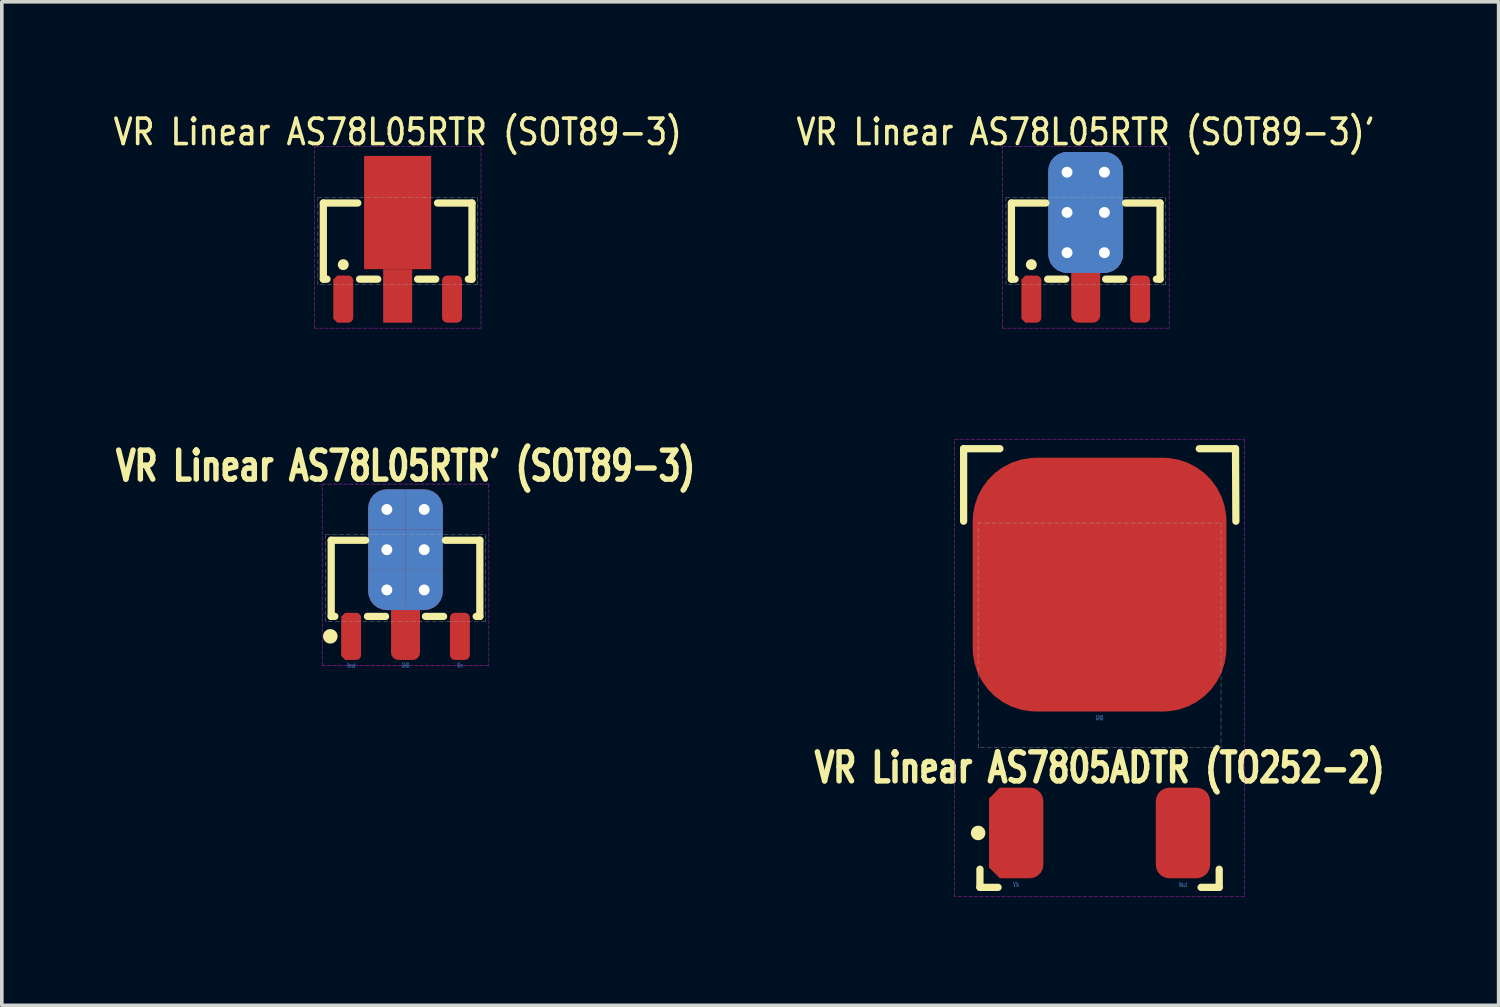
<source format=kicad_pcb>
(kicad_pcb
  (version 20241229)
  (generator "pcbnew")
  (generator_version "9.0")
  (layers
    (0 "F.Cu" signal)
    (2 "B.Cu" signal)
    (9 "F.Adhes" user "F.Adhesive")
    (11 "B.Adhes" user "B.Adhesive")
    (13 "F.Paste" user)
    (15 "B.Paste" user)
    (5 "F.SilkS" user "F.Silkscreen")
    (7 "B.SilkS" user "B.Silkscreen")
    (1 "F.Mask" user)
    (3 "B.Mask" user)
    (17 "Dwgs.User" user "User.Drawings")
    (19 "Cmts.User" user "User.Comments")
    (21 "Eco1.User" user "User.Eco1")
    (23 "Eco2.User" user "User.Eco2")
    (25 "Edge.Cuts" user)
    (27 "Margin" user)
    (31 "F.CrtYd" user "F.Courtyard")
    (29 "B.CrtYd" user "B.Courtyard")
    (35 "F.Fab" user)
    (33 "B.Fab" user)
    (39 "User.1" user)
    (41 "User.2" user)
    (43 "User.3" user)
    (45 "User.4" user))
  (footprint "VR Linear AS78L05RTR (SOT89-3)'"
    (layer "F.Cu")
    (at 26.899 5.2)
    (property "Reference" "VR Linear AS78L05RTR (SOT89-3)'" (at 0 -4.2 0) (unlocked yes) (layer "F.SilkS") (effects (font (size 0.7 0.6) (thickness 0.1)) (justify bottom)))
    (attr smd)
    (fp_line (start -2.05 -2.65) (end -1.1 -2.65) (stroke (width 0.2) (type default)) (layer "F.SilkS"))
    (fp_line (start -2.05 -0.55) (end -2.05 -2.65) (stroke (width 0.2) (type default)) (layer "F.SilkS"))
    (fp_line (start -2.05 -0.55) (end -1.95 -0.55) (stroke (width 0.2) (type default)) (layer "F.SilkS"))
    (fp_line (start -1.05 -0.55) (end -0.55 -0.55) (stroke (width 0.2) (type default)) (layer "F.SilkS"))
    (fp_line (start 1.05 -0.55) (end 0.55 -0.55) (stroke (width 0.2) (type default)) (layer "F.SilkS"))
    (fp_line (start 2.05 -2.65) (end 1.1 -2.65) (stroke (width 0.2) (type default)) (layer "F.SilkS"))
    (fp_line (start 2.05 -0.55) (end 1.95 -0.55) (stroke (width 0.2) (type default)) (layer "F.SilkS"))
    (fp_line (start 2.05 -0.55) (end 2.05 -2.65) (stroke (width 0.2) (type default)) (layer "F.SilkS"))
    (fp_circle (center -1.5 -0.95) (end -1.4 -0.95) (stroke (width 0.1) (type solid)) (fill yes) (layer "F.SilkS"))
    (fp_rect (start -2.3 -4.2) (end 2.3 0.8) (stroke (width 0.01) (type dash)) (fill no) (layer "F.CrtYd"))
    (fp_rect (start -2.2 -2.8) (end 2.2 -0.4) (stroke (width 0.01) (type dash_dot)) (fill no) (layer "F.Fab"))
    (fp_text user "Vout" (at -1.5 0.7 0) (unlocked yes) (layer "User.7") (effects (font (size 0.13 0.07) (thickness 0.014) (bold yes)) (justify top)))
    (fp_text user "GND" (at 0 0.7 0) (unlocked yes) (layer "User.7") (effects (font (size 0.13 0.07) (thickness 0.014) (bold yes)) (justify top)))
    (fp_text user "Vin" (at 1.5 0.7 0) (unlocked yes) (layer "User.7") (effects (font (size 0.13 0.07) (thickness 0.014) (bold yes)) (justify top)))
    (pad "1" smd roundrect (at -1.5 0) (size 0.55 1.3) (layers "F.Cu" "F.Mask" "F.Paste") (roundrect_rratio 0.25) (chamfer_ratio 0.2) (chamfer top_left bottom_left))
    (pad "2" thru_hole roundrect (at -0.515 -3.5) (size 1.03 1.11) (drill 0.3) (layers "*.Cu" "F.Mask" "F.Paste") (roundrect_rratio 0.5) (chamfer_ratio 0) (chamfer top_right bottom_left bottom_right))
    (pad "2" thru_hole rect (at -0.515 -2.39) (size 1.03 1.11) (drill 0.3) (layers "*.Cu" "F.Mask" "F.Paste"))
    (pad "2" thru_hole roundrect (at -0.515 -1.28) (size 1.03 1.11) (drill 0.3) (layers "*.Cu" "F.Mask" "F.Paste") (roundrect_rratio 0.5) (chamfer_ratio 0) (chamfer top_left top_right bottom_right))
    (pad "2" smd roundrect (at 0 -2.39) (size 1.85 3.125) (layers "F.Cu" "F.Mask" "F.Paste") (roundrect_rratio 0.25))
    (pad "2" smd roundrect (at 0 -2.39) (size 2.06 3.33) (layers "F.Mask" "B.Cu" "F.Paste") (roundrect_rratio 0.25))
    (pad "2" smd roundrect (at 0 -0.2) (size 0.8 1.7) (layers "F.Cu" "F.Mask" "F.Paste") (roundrect_rratio 0.25))
    (pad "2" thru_hole roundrect (at 0.515 -3.5) (size 1.03 1.11) (drill 0.3) (layers "*.Cu" "F.Mask" "F.Paste") (roundrect_rratio 0.5) (chamfer_ratio 0) (chamfer top_left bottom_left bottom_right))
    (pad "2" thru_hole rect (at 0.515 -2.39) (size 1.03 1.11) (drill 0.3) (layers "*.Cu" "F.Mask" "F.Paste"))
    (pad "2" thru_hole roundrect (at 0.515 -1.28) (size 1.03 1.11) (drill 0.3) (layers "*.Cu" "F.Mask" "F.Paste") (roundrect_rratio 0.5) (chamfer_ratio 0) (chamfer top_left top_right bottom_left))
    (pad "3" smd roundrect (at 1.5 0) (size 0.55 1.3) (layers "F.Cu" "F.Mask" "F.Paste") (roundrect_rratio 0.25) (chamfer_ratio 0.2) (chamfer)))
  (footprint "VR Linear AS78L05RTR (SOT89-3)"
    (layer "F.Cu")
    (at 7.919 5.2)
    (property "Reference" "VR Linear AS78L05RTR (SOT89-3)" (at 0 -4.2 0) (unlocked yes) (layer "F.SilkS") (effects (font (size 0.7 0.6) (thickness 0.1)) (justify bottom)))
    (attr smd)
    (fp_line (start -2.05 -2.65) (end -1.1 -2.65) (stroke (width 0.2) (type default)) (layer "F.SilkS"))
    (fp_line (start -2.05 -0.55) (end -2.05 -2.65) (stroke (width 0.2) (type default)) (layer "F.SilkS"))
    (fp_line (start -2.05 -0.55) (end -1.95 -0.55) (stroke (width 0.2) (type default)) (layer "F.SilkS"))
    (fp_line (start -1.05 -0.55) (end -0.55 -0.55) (stroke (width 0.2) (type default)) (layer "F.SilkS"))
    (fp_line (start 1.05 -0.55) (end 0.55 -0.55) (stroke (width 0.2) (type default)) (layer "F.SilkS"))
    (fp_line (start 2.05 -2.65) (end 1.1 -2.65) (stroke (width 0.2) (type default)) (layer "F.SilkS"))
    (fp_line (start 2.05 -0.55) (end 1.95 -0.55) (stroke (width 0.2) (type default)) (layer "F.SilkS"))
    (fp_line (start 2.05 -0.55) (end 2.05 -2.65) (stroke (width 0.2) (type default)) (layer "F.SilkS"))
    (fp_circle (center -1.5 -0.95) (end -1.4 -0.95) (stroke (width 0.1) (type solid)) (fill yes) (layer "F.SilkS"))
    (fp_rect (start -2.3 -4.2) (end 2.3 0.8) (stroke (width 0.01) (type dash)) (fill no) (layer "F.CrtYd"))
    (fp_rect (start -2.2 -2.8) (end 2.2 -0.4) (stroke (width 0.01) (type dash_dot)) (fill no) (layer "F.Fab"))
    (fp_text user "Vin" (at 1.5 0.7 0) (unlocked yes) (layer "User.7") (effects (font (size 0.13 0.07) (thickness 0.014) (bold yes)) (justify top)))
    (fp_text user "GND" (at 0 0.7 0) (unlocked yes) (layer "User.7") (effects (font (size 0.13 0.07) (thickness 0.014) (bold yes)) (justify top)))
    (fp_text user "Vout" (at -1.5 0.7 0) (unlocked yes) (layer "User.7") (effects (font (size 0.13 0.07) (thickness 0.014) (bold yes)) (justify top)))
    (pad "1" smd roundrect (at -1.5 0) (size 0.55 1.3) (layers "F.Cu" "F.Mask" "F.Paste") (roundrect_rratio 0.25) (chamfer_ratio 0.2) (chamfer top_left bottom_left))
    (pad "2" smd custom (at 0 -0.087) (size 0.8 1.475) (layers "F.Cu" "F.Mask" "F.Paste") (options (anchor rect)) (primitives (gr_poly (pts (xy -0.925 -3.862) (xy 0.925 -3.862) (xy 0.925 -0.738) (xy -0.925 -0.738)) (width 0) (fill yes))))
    (pad "3" smd roundrect (at 1.5 0) (size 0.55 1.3) (layers "F.Cu" "F.Mask" "F.Paste") (roundrect_rratio 0.25) (chamfer_ratio 0.2) (chamfer)))
  (footprint "VR Linear AS7805ADTR (TO252-2)"
    (layer "F.Cu")
    (at 27.281 19.927)
    (property "Reference" "VR Linear AS7805ADTR (TO252-2)" (at 0 -1.8 0) (unlocked yes) (layer "F.SilkS") (effects (font (size 0.8 0.6) (thickness 0.15))))
    (attr smd)
    (fp_line (start -3.75 -10.6) (end -2.75 -10.6) (stroke (width 0.2) (type default)) (layer "F.SilkS"))
    (fp_line (start -3.75 -8.6) (end -3.75 -10.6) (stroke (width 0.2) (type default)) (layer "F.SilkS"))
    (fp_line (start -3.3 1.5) (end -3.3 1) (stroke (width 0.2) (type default)) (layer "F.SilkS"))
    (fp_line (start -3.3 1.5) (end -2.8 1.5) (stroke (width 0.2) (type default)) (layer "F.SilkS"))
    (fp_line (start 2.75 -10.6) (end 3.75 -10.6) (stroke (width 0.2) (type default)) (layer "F.SilkS"))
    (fp_line (start 3.3 1.5) (end 2.8 1.5) (stroke (width 0.2) (type default)) (layer "F.SilkS"))
    (fp_line (start 3.3 1.5) (end 3.3 1) (stroke (width 0.2) (type default)) (layer "F.SilkS"))
    (fp_line (start 3.76 -8.6) (end 3.75 -10.6) (stroke (width 0.2) (type default)) (layer "F.SilkS"))
    (fp_circle (center -3.35 0) (end -3.2 0) (stroke (width 0.1) (type solid)) (fill yes) (layer "F.SilkS"))
    (fp_rect (start -4 -10.85) (end 4 1.75) (stroke (width 0.01) (type dash)) (fill no) (layer "F.CrtYd"))
    (fp_rect (start -3.35 -8.55) (end 3.35 -2.35) (stroke (width 0.01) (type dash_dot)) (fill no) (layer "F.Fab"))
    (fp_text user "Vout" (at 2.3 1.35 0) (unlocked yes) (layer "Cmts.User") (effects (font (size 0.13 0.07) (thickness 0.01) (bold yes)) (justify top)))
    (fp_text user "GND" (at 0 -3.25 0) (unlocked yes) (layer "Cmts.User") (effects (font (size 0.13 0.07) (thickness 0.01) (bold yes)) (justify top)))
    (fp_text user "Vin" (at -2.3 1.35 0) (unlocked yes) (layer "Cmts.User") (effects (font (size 0.13 0.07) (thickness 0.01) (bold yes)) (justify top)))
    (pad "1" smd roundrect (at -2.3 0) (size 1.5 2.5) (layers "F.Cu" "F.Mask" "F.Paste") (roundrect_rratio 0.25) (chamfer_ratio 0.2) (chamfer top_left bottom_left))
    (pad "2" smd roundrect (at 0 -6.85) (size 7 7) (layers "F.Cu" "F.Mask" "F.Paste") (roundrect_rratio 0.25))
    (pad "3" smd roundrect (at 2.3 0) (size 1.5 2.5) (layers "F.Cu" "F.Mask" "F.Paste") (roundrect_rratio 0.25) (chamfer_ratio 0.2) (chamfer)))
  (footprint "VR Linear AS78L05RTR' (SOT89-3)"
    (layer "F.Cu")
    (at 8.136 14.503)
    (property "Reference" "VR Linear AS78L05RTR' (SOT89-3)" (at 0 -4.7 0) (unlocked yes) (layer "F.SilkS") (effects (font (size 0.8 0.6) (thickness 0.15))))
    (attr smd)
    (fp_line (start -2.05 -2.65) (end -1.1 -2.65) (stroke (width 0.2) (type default)) (layer "F.SilkS"))
    (fp_line (start -2.05 -0.55) (end -2.05 -2.65) (stroke (width 0.2) (type default)) (layer "F.SilkS"))
    (fp_line (start -2.05 -0.55) (end -1.95 -0.55) (stroke (width 0.2) (type default)) (layer "F.SilkS"))
    (fp_line (start -1.05 -0.55) (end -0.55 -0.55) (stroke (width 0.2) (type default)) (layer "F.SilkS"))
    (fp_line (start 1.05 -0.55) (end 0.55 -0.55) (stroke (width 0.2) (type default)) (layer "F.SilkS"))
    (fp_line (start 2.05 -2.65) (end 1.1 -2.65) (stroke (width 0.2) (type default)) (layer "F.SilkS"))
    (fp_line (start 2.05 -0.55) (end 1.95 -0.55) (stroke (width 0.2) (type default)) (layer "F.SilkS"))
    (fp_line (start 2.05 -0.55) (end 2.05 -2.65) (stroke (width 0.2) (type default)) (layer "F.SilkS"))
    (fp_circle (center -2.075 0) (end -1.925 0) (stroke (width 0.1) (type solid)) (fill yes) (layer "F.SilkS"))
    (fp_rect (start -2.3 -4.2) (end 2.3 0.8) (stroke (width 0.01) (type dash)) (fill no) (layer "F.CrtYd"))
    (fp_rect (start -2.2 -2.8) (end 2.2 -0.4) (stroke (width 0.01) (type dash_dot)) (fill no) (layer "F.Fab"))
    (fp_text user "GND" (at 0 0.8 0) (layer "Cmts.User") (effects (font (size 0.13 0.07) (thickness 0.01) (bold yes))))
    (fp_text user "Vout" (at -1.5 0.8 0) (layer "Cmts.User") (effects (font (size 0.13 0.07) (thickness 0.01) (bold yes))))
    (fp_text user "Vin" (at 1.5 0.8 0) (layer "Cmts.User") (effects (font (size 0.13 0.07) (thickness 0.01) (bold yes))))
    (pad "1" smd roundrect (at -1.5 0) (size 0.55 1.3) (layers "F.Cu" "F.Mask" "F.Paste") (roundrect_rratio 0.25) (chamfer_ratio 0.2) (chamfer top_left bottom_left))
    (pad "2" thru_hole roundrect (at -0.515 -3.5) (size 1.03 1.11) (drill 0.3) (layers "*.Cu" "F.Mask" "F.Paste") (roundrect_rratio 0.5) (chamfer_ratio 0) (chamfer top_right bottom_left bottom_right))
    (pad "2" thru_hole rect (at -0.515 -2.39) (size 1.03 1.11) (drill 0.3) (layers "*.Cu" "F.Mask" "F.Paste"))
    (pad "2" thru_hole roundrect (at -0.515 -1.28) (size 1.03 1.11) (drill 0.3) (layers "*.Cu" "F.Mask" "F.Paste") (roundrect_rratio 0.5) (chamfer_ratio 0) (chamfer top_left top_right bottom_right))
    (pad "2" smd roundrect (at 0 -0.2) (size 0.8 1.7) (layers "F.Cu" "F.Mask" "F.Paste") (roundrect_rratio 0.25))
    (pad "2" thru_hole roundrect (at 0.515 -3.5) (size 1.03 1.11) (drill 0.3) (layers "*.Cu" "F.Mask" "F.Paste") (roundrect_rratio 0.5) (chamfer_ratio 0) (chamfer top_left bottom_left bottom_right))
    (pad "2" thru_hole rect (at 0.515 -2.39) (size 1.03 1.11) (drill 0.3) (layers "*.Cu" "F.Mask" "F.Paste"))
    (pad "2" thru_hole roundrect (at 0.515 -1.28) (size 1.03 1.11) (drill 0.3) (layers "*.Cu" "F.Mask" "F.Paste") (roundrect_rratio 0.5) (chamfer_ratio 0) (chamfer top_left top_right bottom_left))
    (pad "3" smd roundrect (at 1.5 0) (size 0.55 1.3) (layers "F.Cu" "F.Mask" "F.Paste") (roundrect_rratio 0.25) (chamfer_ratio 0.2) (chamfer)))
  (gr_rect
    (start -3 -3)
    (end 38.289 24.682)
    (stroke (width 0.1) (type default))
    (fill no)
    (layer "Edge.Cuts")))
</source>
